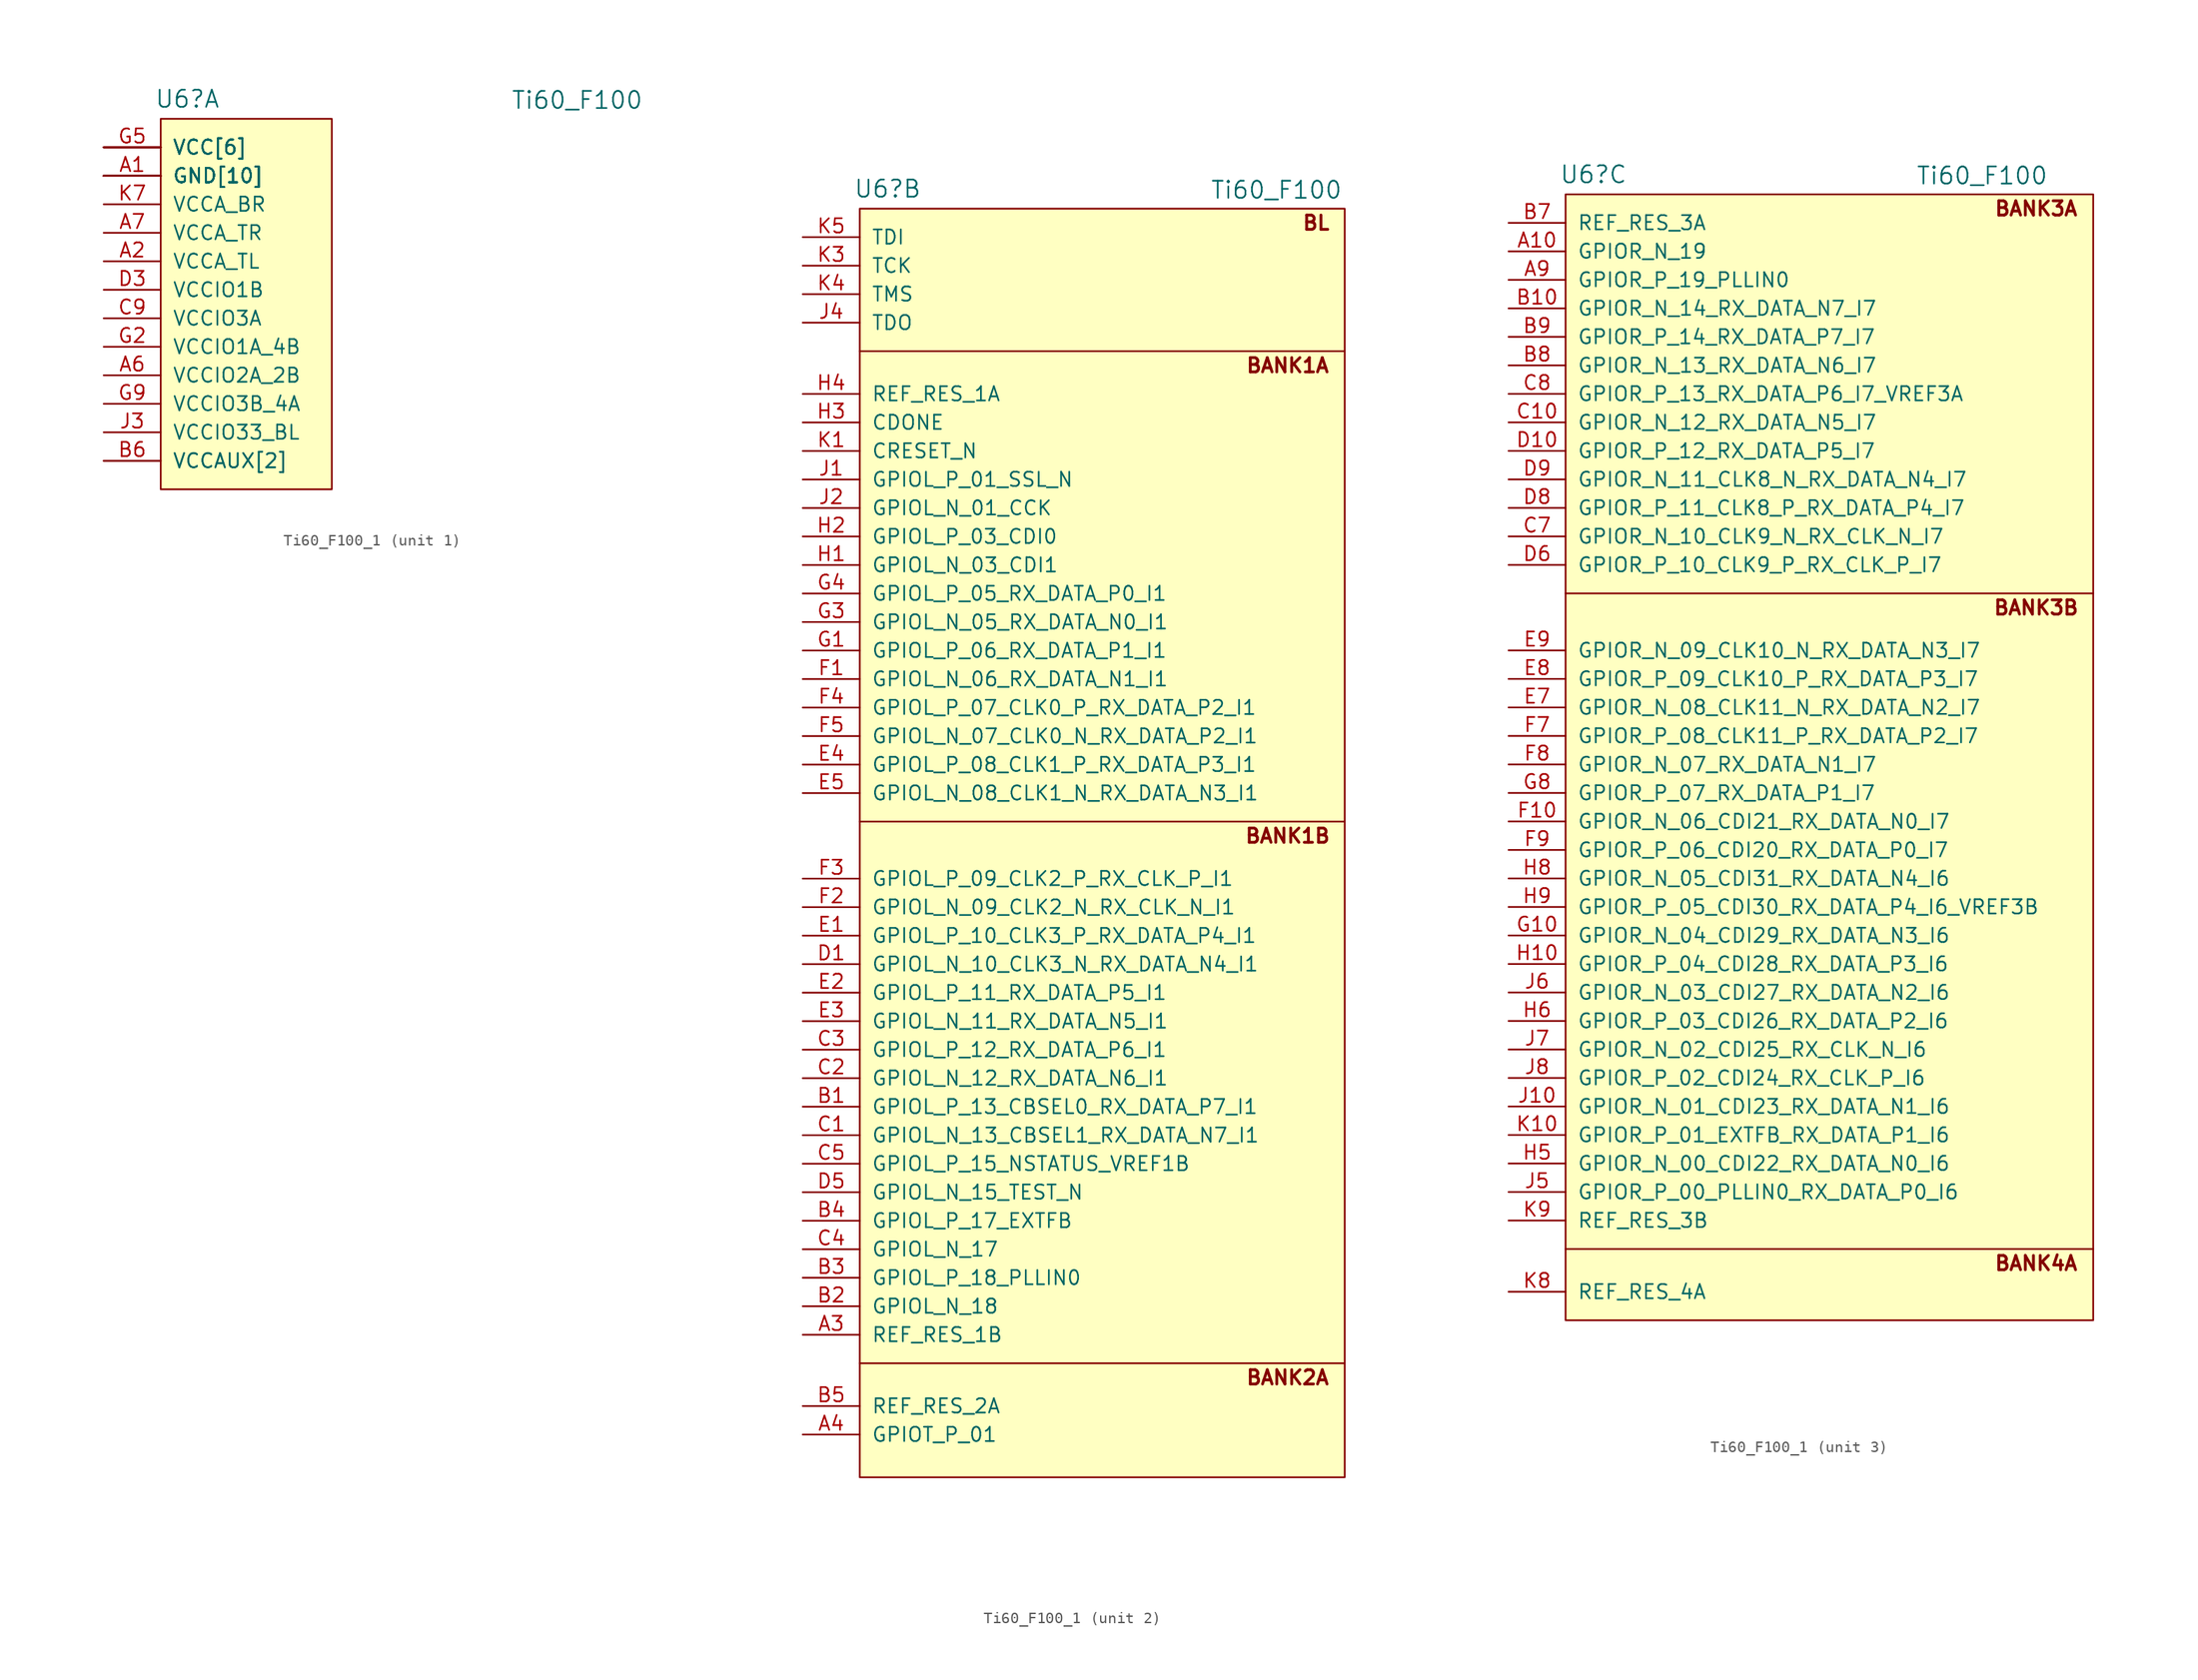
<source format=kicad_sym>
(kicad_symbol_lib
  (version 20210619)
  (generator kicad_symbol_editor)
  (symbol "Ti60_F100_1"
    (pin_names
      (offset 1.016))
    (property "Reference" "U6"
      (at 4.521 4.306 0)
      (effects (font (size 1.524 1.524)) (justify left)))
    (property "Value" "Ti60_F100"
      (at 36.271 4.202 0)
      (effects (font (size 1.524 1.524)) (justify left)))
    (property "ki_locked" ""
      (at 0 0 0)
      (effects (font (size 1.27 1.27))))
    (symbol "Ti60_F100_1_1_1"
      (rectangle (start 5.08 2.54) (end 20.32 -30.48) (stroke (width 0)) (fill (type background)))
      (pin power_in line (at 0 -2.54 0) (length 5.08) (name "GND[10]" (effects (font (size 1.27 1.27)))) (number "A1" (effects (font (size 1.27 1.27)))))
      (pin power_in line (at 0 -10.16 0) (length 5.08) (name "VCCA_TL" (effects (font (size 1.27 1.27)))) (number "A2" (effects (font (size 1.27 1.27)))))
      (pin power_in line (at 0 -2.54 0) (length 5.08) (name "GND[10]" (effects (font (size 1.27 1.27)))) (number "A5" (effects (font (size 0 0)))))
      (pin power_in line (at 0 -20.32 0) (length 5.08) (name "VCCIO2A_2B" (effects (font (size 1.27 1.27)))) (number "A6" (effects (font (size 1.27 1.27)))))
      (pin power_in line (at 0 -7.62 0) (length 5.08) (name "VCCA_TR" (effects (font (size 1.27 1.27)))) (number "A7" (effects (font (size 1.27 1.27)))))
      (pin power_in line (at 0 -2.54 0) (length 5.08) (name "GND[10]" (effects (font (size 1.27 1.27)))) (number "A8" (effects (font (size 0 0)))))
      (pin power_in line (at 0 -27.94 0) (length 5.08) (name "VCCAUX[2]" (effects (font (size 1.27 1.27)))) (number "B6" (effects (font (size 1.27 1.27)))))
      (pin power_in line (at 0 0 0) (length 5.08) (name "VCC[6]" (effects (font (size 1.27 1.27)))) (number "C6" (effects (font (size 0 0)))))
      (pin power_in line (at 0 -15.24 0) (length 5.08) (name "VCCIO3A" (effects (font (size 1.27 1.27)))) (number "C9" (effects (font (size 1.27 1.27)))))
      (pin power_in line (at 0 -2.54 0) (length 5.08) (name "GND[10]" (effects (font (size 1.27 1.27)))) (number "D2" (effects (font (size 0 0)))))
      (pin power_in line (at 0 -12.7 0) (length 5.08) (name "VCCIO1B" (effects (font (size 1.27 1.27)))) (number "D3" (effects (font (size 1.27 1.27)))))
      (pin power_in line (at 0 -2.54 0) (length 5.08) (name "GND[10]" (effects (font (size 1.27 1.27)))) (number "D4" (effects (font (size 0 0)))))
      (pin power_in line (at 0 0 0) (length 5.08) (name "VCC[6]" (effects (font (size 1.27 1.27)))) (number "D7" (effects (font (size 0 0)))))
      (pin power_in line (at 0 -2.54 0) (length 5.08) (name "GND[10]" (effects (font (size 1.27 1.27)))) (number "E10" (effects (font (size 0 0)))))
      (pin power_in line (at 0 0 0) (length 5.08) (name "VCC[6]" (effects (font (size 1.27 1.27)))) (number "E6" (effects (font (size 0 0)))))
      (pin power_in line (at 0 0 0) (length 5.08) (name "VCC[6]" (effects (font (size 1.27 1.27)))) (number "F6" (effects (font (size 0 0)))))
      (pin power_in line (at 0 -17.78 0) (length 5.08) (name "VCCIO1A_4B" (effects (font (size 1.27 1.27)))) (number "G2" (effects (font (size 1.27 1.27)))))
      (pin power_in line (at 0 0 0) (length 5.08) (name "VCC[6]" (effects (font (size 1.27 1.27)))) (number "G5" (effects (font (size 1.27 1.27)))))
      (pin power_in line (at 0 -27.94 0) (length 5.08) (name "VCCAUX[2]" (effects (font (size 1.27 1.27)))) (number "G6" (effects (font (size 0 0)))))
      (pin power_in line (at 0 -2.54 0) (length 5.08) (name "GND[10]" (effects (font (size 1.27 1.27)))) (number "G7" (effects (font (size 0 0)))))
      (pin power_in line (at 0 -22.86 0) (length 5.08) (name "VCCIO3B_4A" (effects (font (size 1.27 1.27)))) (number "G9" (effects (font (size 1.27 1.27)))))
      (pin power_in line (at 0 0 0) (length 5.08) (name "VCC[6]" (effects (font (size 1.27 1.27)))) (number "H7" (effects (font (size 0 0)))))
      (pin power_in line (at 0 -25.4 0) (length 5.08) (name "VCCIO33_BL" (effects (font (size 1.27 1.27)))) (number "J3" (effects (font (size 1.27 1.27)))))
      (pin power_in line (at 0 -2.54 0) (length 5.08) (name "GND[10]" (effects (font (size 1.27 1.27)))) (number "J9" (effects (font (size 0 0)))))
      (pin power_in line (at 0 -2.54 0) (length 5.08) (name "GND[10]" (effects (font (size 1.27 1.27)))) (number "K2" (effects (font (size 0 0)))))
      (pin power_in line (at 0 -2.54 0) (length 5.08) (name "GND[10]" (effects (font (size 1.27 1.27)))) (number "K6" (effects (font (size 0 0)))))
      (pin power_in line (at 0 -5.08 0) (length 5.08) (name "VCCA_BR" (effects (font (size 1.27 1.27)))) (number "K7" (effects (font (size 1.27 1.27))))))
    (symbol "Ti60_F100_1_2_1"
      (text "BANK1A" (at 43.18 -11.43 0) (effects (font (size 1.27 1.27) bold)))
      (text "BANK1B" (at 43.18 -53.34 0) (effects (font (size 1.27 1.27) bold)))
      (text "BANK2A" (at 43.18 -101.6 0) (effects (font (size 1.27 1.27) bold)))
      (text "BL" (at 45.72 1.27 0) (effects (font (size 1.27 1.27) bold)))
      (rectangle (start 5.08 2.54) (end 48.26 -110.49) (stroke (width 0)) (fill (type background)))
      (polyline (pts (xy 5.08 -100.33) (xy 48.26 -100.33)) (stroke (width 0.152)) (fill (type none)))
      (polyline (pts (xy 5.08 -52.07) (xy 48.26 -52.07)) (stroke (width 0.152)) (fill (type none)))
      (polyline (pts (xy 5.08 -10.16) (xy 48.26 -10.16)) (stroke (width 0.152)) (fill (type none)))
      (pin bidirectional line (at 0 -97.79 0) (length 5.08) (name "REF_RES_1B" (effects (font (size 1.27 1.27)))) (number "A3" (effects (font (size 1.27 1.27)))))
      (pin bidirectional line (at 0 -106.68 0) (length 5.08) (name "GPIOT_P_01" (effects (font (size 1.27 1.27)))) (number "A4" (effects (font (size 1.27 1.27)))))
      (pin bidirectional line (at 0 -77.47 0) (length 5.08) (name "GPIOL_P_13_CBSEL0_RX_DATA_P7_I1" (effects (font (size 1.27 1.27)))) (number "B1" (effects (font (size 1.27 1.27)))))
      (pin bidirectional line (at 0 -95.25 0) (length 5.08) (name "GPIOL_N_18" (effects (font (size 1.27 1.27)))) (number "B2" (effects (font (size 1.27 1.27)))))
      (pin bidirectional line (at 0 -92.71 0) (length 5.08) (name "GPIOL_P_18_PLLIN0" (effects (font (size 1.27 1.27)))) (number "B3" (effects (font (size 1.27 1.27)))))
      (pin bidirectional line (at 0 -87.63 0) (length 5.08) (name "GPIOL_P_17_EXTFB" (effects (font (size 1.27 1.27)))) (number "B4" (effects (font (size 1.27 1.27)))))
      (pin bidirectional line (at 0 -104.14 0) (length 5.08) (name "REF_RES_2A" (effects (font (size 1.27 1.27)))) (number "B5" (effects (font (size 1.27 1.27)))))
      (pin bidirectional line (at 0 -80.01 0) (length 5.08) (name "GPIOL_N_13_CBSEL1_RX_DATA_N7_I1" (effects (font (size 1.27 1.27)))) (number "C1" (effects (font (size 1.27 1.27)))))
      (pin bidirectional line (at 0 -74.93 0) (length 5.08) (name "GPIOL_N_12_RX_DATA_N6_I1" (effects (font (size 1.27 1.27)))) (number "C2" (effects (font (size 1.27 1.27)))))
      (pin bidirectional line (at 0 -72.39 0) (length 5.08) (name "GPIOL_P_12_RX_DATA_P6_I1" (effects (font (size 1.27 1.27)))) (number "C3" (effects (font (size 1.27 1.27)))))
      (pin bidirectional line (at 0 -90.17 0) (length 5.08) (name "GPIOL_N_17" (effects (font (size 1.27 1.27)))) (number "C4" (effects (font (size 1.27 1.27)))))
      (pin bidirectional line (at 0 -82.55 0) (length 5.08) (name "GPIOL_P_15_NSTATUS_VREF1B" (effects (font (size 1.27 1.27)))) (number "C5" (effects (font (size 1.27 1.27)))))
      (pin bidirectional line (at 0 -64.77 0) (length 5.08) (name "GPIOL_N_10_CLK3_N_RX_DATA_N4_I1" (effects (font (size 1.27 1.27)))) (number "D1" (effects (font (size 1.27 1.27)))))
      (pin bidirectional line (at 0 -85.09 0) (length 5.08) (name "GPIOL_N_15_TEST_N" (effects (font (size 1.27 1.27)))) (number "D5" (effects (font (size 1.27 1.27)))))
      (pin bidirectional line (at 0 -62.23 0) (length 5.08) (name "GPIOL_P_10_CLK3_P_RX_DATA_P4_I1" (effects (font (size 1.27 1.27)))) (number "E1" (effects (font (size 1.27 1.27)))))
      (pin bidirectional line (at 0 -67.31 0) (length 5.08) (name "GPIOL_P_11_RX_DATA_P5_I1" (effects (font (size 1.27 1.27)))) (number "E2" (effects (font (size 1.27 1.27)))))
      (pin bidirectional line (at 0 -69.85 0) (length 5.08) (name "GPIOL_N_11_RX_DATA_N5_I1" (effects (font (size 1.27 1.27)))) (number "E3" (effects (font (size 1.27 1.27)))))
      (pin bidirectional line (at 0 -46.99 0) (length 5.08) (name "GPIOL_P_08_CLK1_P_RX_DATA_P3_I1" (effects (font (size 1.27 1.27)))) (number "E4" (effects (font (size 1.27 1.27)))))
      (pin bidirectional line (at 0 -49.53 0) (length 5.08) (name "GPIOL_N_08_CLK1_N_RX_DATA_N3_I1" (effects (font (size 1.27 1.27)))) (number "E5" (effects (font (size 1.27 1.27)))))
      (pin bidirectional line (at 0 -39.37 0) (length 5.08) (name "GPIOL_N_06_RX_DATA_N1_I1" (effects (font (size 1.27 1.27)))) (number "F1" (effects (font (size 1.27 1.27)))))
      (pin bidirectional line (at 0 -59.69 0) (length 5.08) (name "GPIOL_N_09_CLK2_N_RX_CLK_N_I1" (effects (font (size 1.27 1.27)))) (number "F2" (effects (font (size 1.27 1.27)))))
      (pin bidirectional line (at 0 -57.15 0) (length 5.08) (name "GPIOL_P_09_CLK2_P_RX_CLK_P_I1" (effects (font (size 1.27 1.27)))) (number "F3" (effects (font (size 1.27 1.27)))))
      (pin bidirectional line (at 0 -41.91 0) (length 5.08) (name "GPIOL_P_07_CLK0_P_RX_DATA_P2_I1" (effects (font (size 1.27 1.27)))) (number "F4" (effects (font (size 1.27 1.27)))))
      (pin bidirectional line (at 0 -44.45 0) (length 5.08) (name "GPIOL_N_07_CLK0_N_RX_DATA_P2_I1" (effects (font (size 1.27 1.27)))) (number "F5" (effects (font (size 1.27 1.27)))))
      (pin bidirectional line (at 0 -36.83 0) (length 5.08) (name "GPIOL_P_06_RX_DATA_P1_I1" (effects (font (size 1.27 1.27)))) (number "G1" (effects (font (size 1.27 1.27)))))
      (pin bidirectional line (at 0 -34.29 0) (length 5.08) (name "GPIOL_N_05_RX_DATA_N0_I1" (effects (font (size 1.27 1.27)))) (number "G3" (effects (font (size 1.27 1.27)))))
      (pin bidirectional line (at 0 -31.75 0) (length 5.08) (name "GPIOL_P_05_RX_DATA_P0_I1" (effects (font (size 1.27 1.27)))) (number "G4" (effects (font (size 1.27 1.27)))))
      (pin bidirectional line (at 0 -29.21 0) (length 5.08) (name "GPIOL_N_03_CDI1" (effects (font (size 1.27 1.27)))) (number "H1" (effects (font (size 1.27 1.27)))))
      (pin bidirectional line (at 0 -26.67 0) (length 5.08) (name "GPIOL_P_03_CDI0" (effects (font (size 1.27 1.27)))) (number "H2" (effects (font (size 1.27 1.27)))))
      (pin bidirectional line (at 0 -16.51 0) (length 5.08) (name "CDONE" (effects (font (size 1.27 1.27)))) (number "H3" (effects (font (size 1.27 1.27)))))
      (pin bidirectional line (at 0 -13.97 0) (length 5.08) (name "REF_RES_1A" (effects (font (size 1.27 1.27)))) (number "H4" (effects (font (size 1.27 1.27)))))
      (pin bidirectional line (at 0 -21.59 0) (length 5.08) (name "GPIOL_P_01_SSL_N" (effects (font (size 1.27 1.27)))) (number "J1" (effects (font (size 1.27 1.27)))))
      (pin bidirectional line (at 0 -24.13 0) (length 5.08) (name "GPIOL_N_01_CCK" (effects (font (size 1.27 1.27)))) (number "J2" (effects (font (size 1.27 1.27)))))
      (pin bidirectional line (at 0 -7.62 0) (length 5.08) (name "TDO" (effects (font (size 1.27 1.27)))) (number "J4" (effects (font (size 1.27 1.27)))))
      (pin bidirectional line (at 0 -19.05 0) (length 5.08) (name "CRESET_N" (effects (font (size 1.27 1.27)))) (number "K1" (effects (font (size 1.27 1.27)))))
      (pin bidirectional line (at 0 -2.54 0) (length 5.08) (name "TCK" (effects (font (size 1.27 1.27)))) (number "K3" (effects (font (size 1.27 1.27)))))
      (pin bidirectional line (at 0 -5.08 0) (length 5.08) (name "TMS" (effects (font (size 1.27 1.27)))) (number "K4" (effects (font (size 1.27 1.27)))))
      (pin bidirectional line (at 0 0 0) (length 5.08) (name "TDI" (effects (font (size 1.27 1.27)))) (number "K5" (effects (font (size 1.27 1.27))))))
    (symbol "Ti60_F100_1_3_1"
      (text "BANK3A" (at 46.99 1.27 0) (effects (font (size 1.27 1.27) bold)))
      (text "BANK3B" (at 46.99 -34.29 0) (effects (font (size 1.27 1.27) bold)))
      (text "BANK4A" (at 46.99 -92.71 0) (effects (font (size 1.27 1.27) bold)))
      (rectangle (start 5.08 2.54) (end 52.07 -97.79) (stroke (width 0)) (fill (type background)))
      (polyline (pts (xy 5.08 -91.44) (xy 52.07 -91.44)) (stroke (width 0.152)) (fill (type none)))
      (polyline (pts (xy 52.07 -33.02) (xy 5.08 -33.02)) (stroke (width 0.152)) (fill (type none)))
      (pin bidirectional line (at 0 -2.54 0) (length 5.08) (name "GPIOR_N_19" (effects (font (size 1.27 1.27)))) (number "A10" (effects (font (size 1.27 1.27)))))
      (pin bidirectional line (at 0 -5.08 0) (length 5.08) (name "GPIOR_P_19_PLLIN0" (effects (font (size 1.27 1.27)))) (number "A9" (effects (font (size 1.27 1.27)))))
      (pin bidirectional line (at 0 -7.62 0) (length 5.08) (name "GPIOR_N_14_RX_DATA_N7_I7" (effects (font (size 1.27 1.27)))) (number "B10" (effects (font (size 1.27 1.27)))))
      (pin bidirectional line (at 0 0 0) (length 5.08) (name "REF_RES_3A" (effects (font (size 1.27 1.27)))) (number "B7" (effects (font (size 1.27 1.27)))))
      (pin bidirectional line (at 0 -12.7 0) (length 5.08) (name "GPIOR_N_13_RX_DATA_N6_I7" (effects (font (size 1.27 1.27)))) (number "B8" (effects (font (size 1.27 1.27)))))
      (pin bidirectional line (at 0 -10.16 0) (length 5.08) (name "GPIOR_P_14_RX_DATA_P7_I7" (effects (font (size 1.27 1.27)))) (number "B9" (effects (font (size 1.27 1.27)))))
      (pin bidirectional line (at 0 -17.78 0) (length 5.08) (name "GPIOR_N_12_RX_DATA_N5_I7" (effects (font (size 1.27 1.27)))) (number "C10" (effects (font (size 1.27 1.27)))))
      (pin bidirectional line (at 0 -27.94 0) (length 5.08) (name "GPIOR_N_10_CLK9_N_RX_CLK_N_I7" (effects (font (size 1.27 1.27)))) (number "C7" (effects (font (size 1.27 1.27)))))
      (pin bidirectional line (at 0 -15.24 0) (length 5.08) (name "GPIOR_P_13_RX_DATA_P6_I7_VREF3A" (effects (font (size 1.27 1.27)))) (number "C8" (effects (font (size 1.27 1.27)))))
      (pin bidirectional line (at 0 -20.32 0) (length 5.08) (name "GPIOR_P_12_RX_DATA_P5_I7" (effects (font (size 1.27 1.27)))) (number "D10" (effects (font (size 1.27 1.27)))))
      (pin bidirectional line (at 0 -30.48 0) (length 5.08) (name "GPIOR_P_10_CLK9_P_RX_CLK_P_I7" (effects (font (size 1.27 1.27)))) (number "D6" (effects (font (size 1.27 1.27)))))
      (pin bidirectional line (at 0 -25.4 0) (length 5.08) (name "GPIOR_P_11_CLK8_P_RX_DATA_P4_I7" (effects (font (size 1.27 1.27)))) (number "D8" (effects (font (size 1.27 1.27)))))
      (pin bidirectional line (at 0 -22.86 0) (length 5.08) (name "GPIOR_N_11_CLK8_N_RX_DATA_N4_I7" (effects (font (size 1.27 1.27)))) (number "D9" (effects (font (size 1.27 1.27)))))
      (pin bidirectional line (at 0 -43.18 0) (length 5.08) (name "GPIOR_N_08_CLK11_N_RX_DATA_N2_I7" (effects (font (size 1.27 1.27)))) (number "E7" (effects (font (size 1.27 1.27)))))
      (pin bidirectional line (at 0 -40.64 0) (length 5.08) (name "GPIOR_P_09_CLK10_P_RX_DATA_P3_I7" (effects (font (size 1.27 1.27)))) (number "E8" (effects (font (size 1.27 1.27)))))
      (pin bidirectional line (at 0 -38.1 0) (length 5.08) (name "GPIOR_N_09_CLK10_N_RX_DATA_N3_I7" (effects (font (size 1.27 1.27)))) (number "E9" (effects (font (size 1.27 1.27)))))
      (pin bidirectional line (at 0 -53.34 0) (length 5.08) (name "GPIOR_N_06_CDI21_RX_DATA_N0_I7" (effects (font (size 1.27 1.27)))) (number "F10" (effects (font (size 1.27 1.27)))))
      (pin bidirectional line (at 0 -45.72 0) (length 5.08) (name "GPIOR_P_08_CLK11_P_RX_DATA_P2_I7" (effects (font (size 1.27 1.27)))) (number "F7" (effects (font (size 1.27 1.27)))))
      (pin bidirectional line (at 0 -48.26 0) (length 5.08) (name "GPIOR_N_07_RX_DATA_N1_I7" (effects (font (size 1.27 1.27)))) (number "F8" (effects (font (size 1.27 1.27)))))
      (pin bidirectional line (at 0 -55.88 0) (length 5.08) (name "GPIOR_P_06_CDI20_RX_DATA_P0_I7" (effects (font (size 1.27 1.27)))) (number "F9" (effects (font (size 1.27 1.27)))))
      (pin bidirectional line (at 0 -63.5 0) (length 5.08) (name "GPIOR_N_04_CDI29_RX_DATA_N3_I6" (effects (font (size 1.27 1.27)))) (number "G10" (effects (font (size 1.27 1.27)))))
      (pin bidirectional line (at 0 -50.8 0) (length 5.08) (name "GPIOR_P_07_RX_DATA_P1_I7" (effects (font (size 1.27 1.27)))) (number "G8" (effects (font (size 1.27 1.27)))))
      (pin bidirectional line (at 0 -66.04 0) (length 5.08) (name "GPIOR_P_04_CDI28_RX_DATA_P3_I6" (effects (font (size 1.27 1.27)))) (number "H10" (effects (font (size 1.27 1.27)))))
      (pin bidirectional line (at 0 -83.82 0) (length 5.08) (name "GPIOR_N_00_CDI22_RX_DATA_N0_I6" (effects (font (size 1.27 1.27)))) (number "H5" (effects (font (size 1.27 1.27)))))
      (pin bidirectional line (at 0 -71.12 0) (length 5.08) (name "GPIOR_P_03_CDI26_RX_DATA_P2_I6" (effects (font (size 1.27 1.27)))) (number "H6" (effects (font (size 1.27 1.27)))))
      (pin bidirectional line (at 0 -58.42 0) (length 5.08) (name "GPIOR_N_05_CDI31_RX_DATA_N4_I6" (effects (font (size 1.27 1.27)))) (number "H8" (effects (font (size 1.27 1.27)))))
      (pin bidirectional line (at 0 -60.96 0) (length 5.08) (name "GPIOR_P_05_CDI30_RX_DATA_P4_I6_VREF3B" (effects (font (size 1.27 1.27)))) (number "H9" (effects (font (size 1.27 1.27)))))
      (pin bidirectional line (at 0 -78.74 0) (length 5.08) (name "GPIOR_N_01_CDI23_RX_DATA_N1_I6" (effects (font (size 1.27 1.27)))) (number "J10" (effects (font (size 1.27 1.27)))))
      (pin bidirectional line (at 0 -86.36 0) (length 5.08) (name "GPIOR_P_00_PLLIN0_RX_DATA_P0_I6" (effects (font (size 1.27 1.27)))) (number "J5" (effects (font (size 1.27 1.27)))))
      (pin bidirectional line (at 0 -68.58 0) (length 5.08) (name "GPIOR_N_03_CDI27_RX_DATA_N2_I6" (effects (font (size 1.27 1.27)))) (number "J6" (effects (font (size 1.27 1.27)))))
      (pin bidirectional line (at 0 -73.66 0) (length 5.08) (name "GPIOR_N_02_CDI25_RX_CLK_N_I6" (effects (font (size 1.27 1.27)))) (number "J7" (effects (font (size 1.27 1.27)))))
      (pin bidirectional line (at 0 -76.2 0) (length 5.08) (name "GPIOR_P_02_CDI24_RX_CLK_P_I6" (effects (font (size 1.27 1.27)))) (number "J8" (effects (font (size 1.27 1.27)))))
      (pin bidirectional line (at 0 -81.28 0) (length 5.08) (name "GPIOR_P_01_EXTFB_RX_DATA_P1_I6" (effects (font (size 1.27 1.27)))) (number "K10" (effects (font (size 1.27 1.27)))))
      (pin bidirectional line (at 0 -95.25 0) (length 5.08) (name "REF_RES_4A" (effects (font (size 1.27 1.27)))) (number "K8" (effects (font (size 1.27 1.27)))))
      (pin bidirectional line (at 0 -88.9 0) (length 5.08) (name "REF_RES_3B" (effects (font (size 1.27 1.27)))) (number "K9" (effects (font (size 1.27 1.27))))))))
</source>
